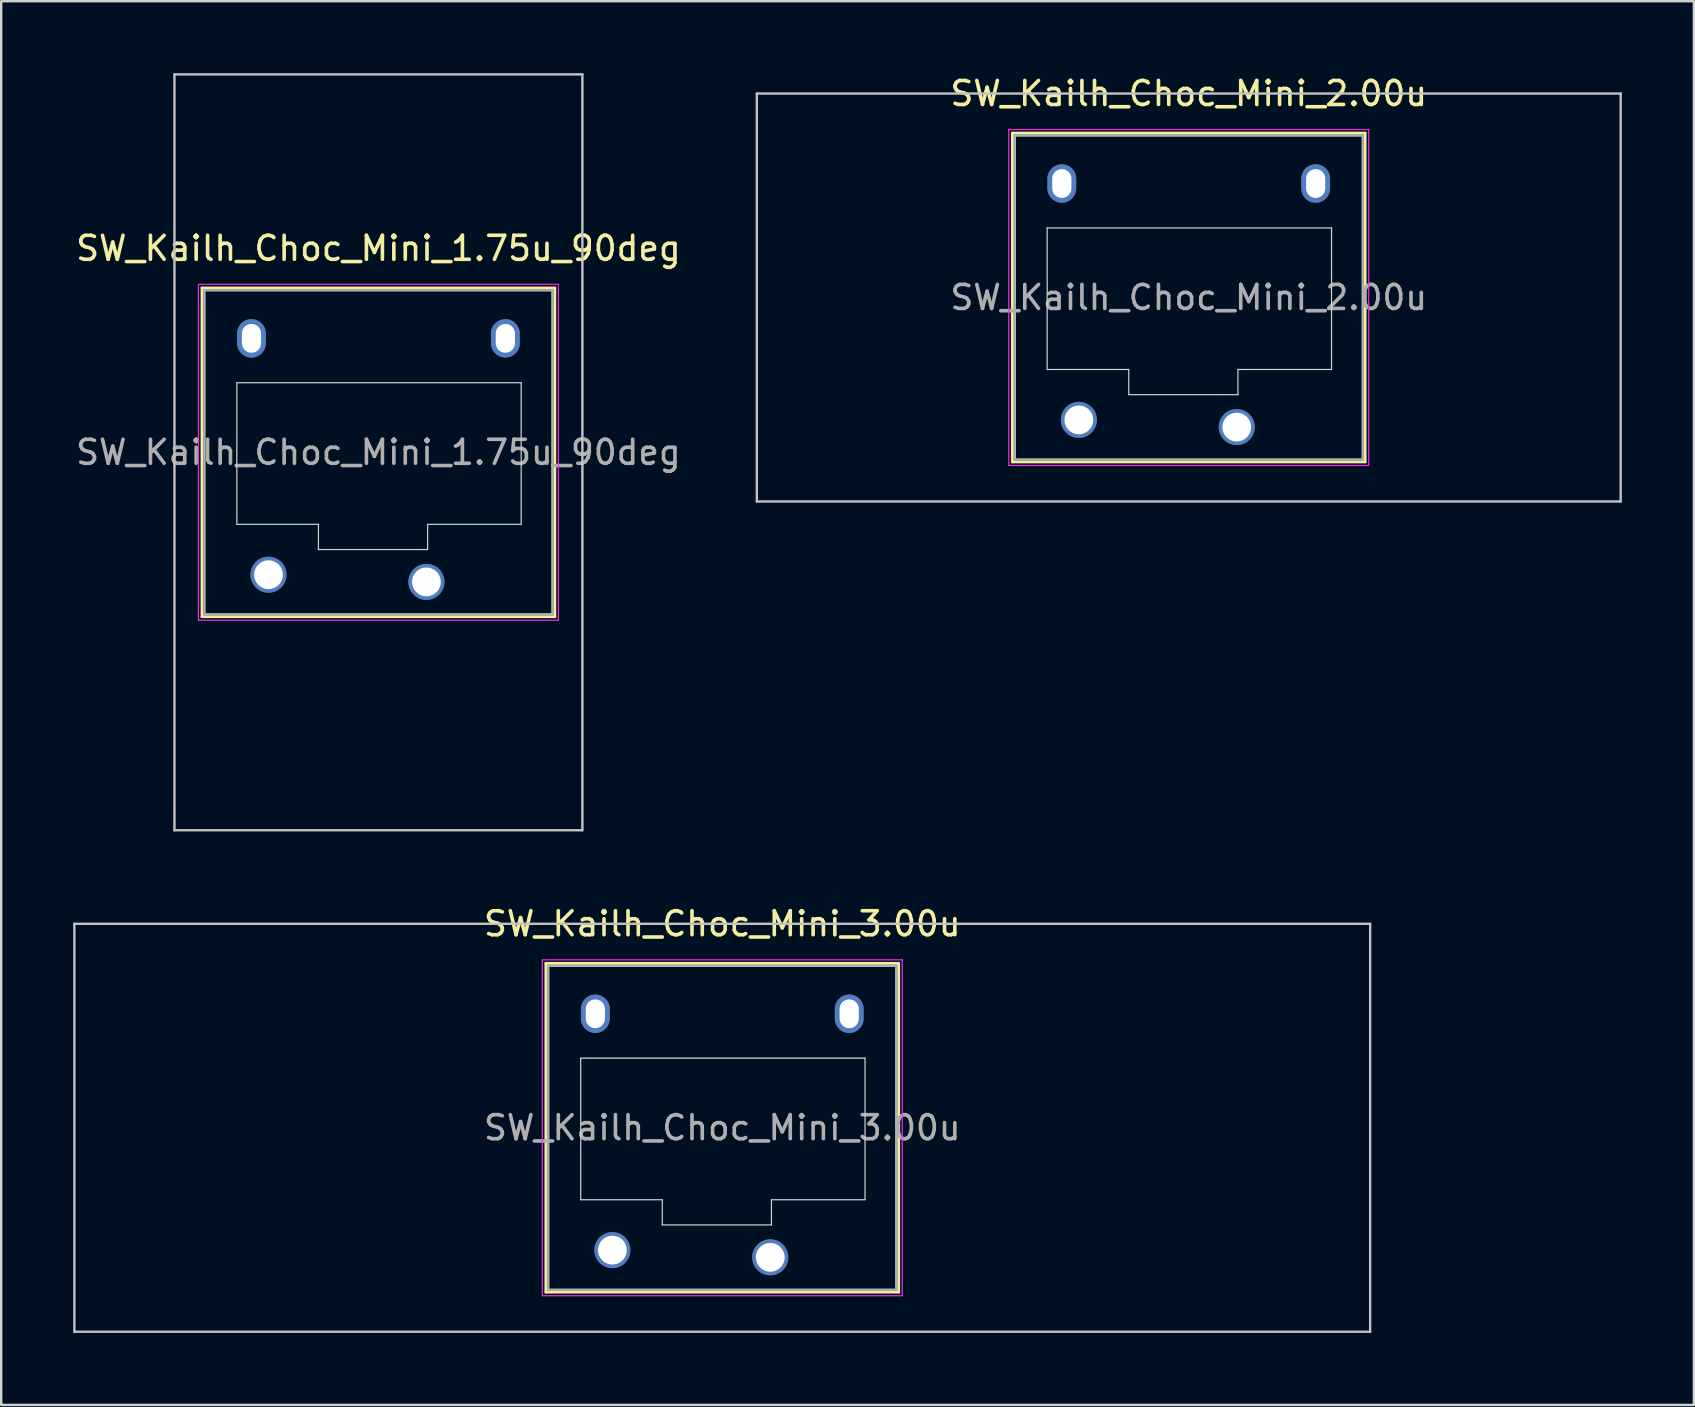
<source format=kicad_pcb>
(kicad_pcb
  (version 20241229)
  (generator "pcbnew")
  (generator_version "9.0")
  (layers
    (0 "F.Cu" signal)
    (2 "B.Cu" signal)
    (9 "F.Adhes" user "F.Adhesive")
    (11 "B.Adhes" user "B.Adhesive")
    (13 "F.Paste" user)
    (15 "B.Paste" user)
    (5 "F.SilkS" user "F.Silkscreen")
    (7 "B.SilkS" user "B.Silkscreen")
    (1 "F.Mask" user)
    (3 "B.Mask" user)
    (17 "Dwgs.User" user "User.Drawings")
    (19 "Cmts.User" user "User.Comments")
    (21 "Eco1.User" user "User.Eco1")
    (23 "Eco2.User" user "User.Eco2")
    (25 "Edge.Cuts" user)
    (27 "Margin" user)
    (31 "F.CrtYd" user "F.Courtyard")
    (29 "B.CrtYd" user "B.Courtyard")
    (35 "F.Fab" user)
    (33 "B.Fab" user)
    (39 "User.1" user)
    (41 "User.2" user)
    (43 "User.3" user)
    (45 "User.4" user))
  (footprint "SW_Kailh_Choc_Mini_3.00u"
    (layer "F.Cu")
    (at 27.05 43.948)
    (property "Reference" "SW_Kailh_Choc_Mini_3.00u" (at 0 -8.5 0) (layer "F.SilkS") (effects (font (size 1 1) (thickness 0.15))))
    (attr through_hole)
    (fp_line (start -7.35 -6.85) (end -7.35 6.85) (stroke (width 0.12) (type solid)) (layer "F.SilkS"))
    (fp_line (start -7.35 6.85) (end 7.35 6.85) (stroke (width 0.12) (type solid)) (layer "F.SilkS"))
    (fp_line (start 7.35 -6.85) (end -7.35 -6.85) (stroke (width 0.12) (type solid)) (layer "F.SilkS"))
    (fp_line (start 7.35 6.85) (end 7.35 -6.85) (stroke (width 0.12) (type solid)) (layer "F.SilkS"))
    (fp_line (start -27 -8.5) (end -27 8.5) (stroke (width 0.1) (type solid)) (layer "Dwgs.User"))
    (fp_line (start -27 8.5) (end 27 8.5) (stroke (width 0.1) (type solid)) (layer "Dwgs.User"))
    (fp_line (start 27 -8.5) (end -27 -8.5) (stroke (width 0.1) (type solid)) (layer "Dwgs.User"))
    (fp_line (start 27 8.5) (end 27 -8.5) (stroke (width 0.1) (type solid)) (layer "Dwgs.User"))
    (fp_line (start -6.85 -6.35) (end -6.85 6.35) (stroke (width 0.1) (type solid)) (layer "Eco1.User"))
    (fp_line (start -6.85 6.35) (end 6.85 6.35) (stroke (width 0.1) (type solid)) (layer "Eco1.User"))
    (fp_line (start 6.85 -6.35) (end -6.85 -6.35) (stroke (width 0.1) (type solid)) (layer "Eco1.User"))
    (fp_line (start 6.85 6.35) (end 6.85 -6.35) (stroke (width 0.1) (type solid)) (layer "Eco1.User"))
    (fp_line (start -5.9 -2.9) (end -5.9 3) (stroke (width 0.05) (type solid)) (layer "Edge.Cuts"))
    (fp_line (start -5.9 3) (end -2.5 3) (stroke (width 0.05) (type solid)) (layer "Edge.Cuts"))
    (fp_line (start -2.5 3) (end -2.5 4.05) (stroke (width 0.05) (type solid)) (layer "Edge.Cuts"))
    (fp_line (start -2.5 4.05) (end 2.05 4.05) (stroke (width 0.05) (type solid)) (layer "Edge.Cuts"))
    (fp_line (start 2.05 3) (end 5.95 3) (stroke (width 0.05) (type solid)) (layer "Edge.Cuts"))
    (fp_line (start 2.05 4.05) (end 2.05 3) (stroke (width 0.05) (type solid)) (layer "Edge.Cuts"))
    (fp_line (start 5.95 -2.9) (end -5.9 -2.9) (stroke (width 0.05) (type solid)) (layer "Edge.Cuts"))
    (fp_line (start 5.95 3) (end 5.95 -2.9) (stroke (width 0.05) (type solid)) (layer "Edge.Cuts"))
    (fp_line (start -7.5 -7) (end -7.5 7) (stroke (width 0.05) (type solid)) (layer "F.CrtYd"))
    (fp_line (start -7.5 7) (end 7.5 7) (stroke (width 0.05) (type solid)) (layer "F.CrtYd"))
    (fp_line (start 7.5 -7) (end -7.5 -7) (stroke (width 0.05) (type solid)) (layer "F.CrtYd"))
    (fp_line (start 7.5 7) (end 7.5 -7) (stroke (width 0.05) (type solid)) (layer "F.CrtYd"))
    (fp_line (start -7.25 -6.75) (end -7.25 6.75) (stroke (width 0.1) (type solid)) (layer "F.Fab"))
    (fp_line (start -7.25 6.75) (end 7.25 6.75) (stroke (width 0.1) (type solid)) (layer "F.Fab"))
    (fp_line (start 7.25 -6.75) (end -7.25 -6.75) (stroke (width 0.1) (type solid)) (layer "F.Fab"))
    (fp_line (start 7.25 6.75) (end 7.25 -6.75) (stroke (width 0.1) (type solid)) (layer "F.Fab"))
    (fp_text user "${REFERENCE}" (at 0 0 0) (layer "F.Fab") (effects (font (size 1 1) (thickness 0.15))))
    (pad "" np_thru_hole oval (at -5.29 -4.75) (size 1.2 1.6) (drill oval 0.8 1.2) (layers "*.Cu" "*.Mask"))
    (pad "" np_thru_hole oval (at 5.29 -4.75) (size 1.2 1.6) (drill oval 0.8 1.2) (layers "*.Cu" "*.Mask"))
    (pad "1" thru_hole circle (at 2 5.4) (size 1.5 1.5) (drill 1.2) (layers "*.Cu" "*.Mask"))
    (pad "2" thru_hole circle (at -4.58 5.1) (size 1.5 1.5) (drill 1.2) (layers "*.Cu" "*.Mask")))
  (footprint "SW_Kailh_Choc_Mini_2.00u"
    (layer "F.Cu")
    (at 46.49 9.348)
    (property "Reference" "SW_Kailh_Choc_Mini_2.00u" (at 0 -8.5 0) (layer "F.SilkS") (effects (font (size 1 1) (thickness 0.15))))
    (attr through_hole)
    (fp_line (start -7.35 -6.85) (end -7.35 6.85) (stroke (width 0.12) (type solid)) (layer "F.SilkS"))
    (fp_line (start -7.35 6.85) (end 7.35 6.85) (stroke (width 0.12) (type solid)) (layer "F.SilkS"))
    (fp_line (start 7.35 -6.85) (end -7.35 -6.85) (stroke (width 0.12) (type solid)) (layer "F.SilkS"))
    (fp_line (start 7.35 6.85) (end 7.35 -6.85) (stroke (width 0.12) (type solid)) (layer "F.SilkS"))
    (fp_line (start -18 -8.5) (end -18 8.5) (stroke (width 0.1) (type solid)) (layer "Dwgs.User"))
    (fp_line (start -18 8.5) (end 18 8.5) (stroke (width 0.1) (type solid)) (layer "Dwgs.User"))
    (fp_line (start 18 -8.5) (end -18 -8.5) (stroke (width 0.1) (type solid)) (layer "Dwgs.User"))
    (fp_line (start 18 8.5) (end 18 -8.5) (stroke (width 0.1) (type solid)) (layer "Dwgs.User"))
    (fp_line (start -6.85 -6.35) (end -6.85 6.35) (stroke (width 0.1) (type solid)) (layer "Eco1.User"))
    (fp_line (start -6.85 6.35) (end 6.85 6.35) (stroke (width 0.1) (type solid)) (layer "Eco1.User"))
    (fp_line (start 6.85 -6.35) (end -6.85 -6.35) (stroke (width 0.1) (type solid)) (layer "Eco1.User"))
    (fp_line (start 6.85 6.35) (end 6.85 -6.35) (stroke (width 0.1) (type solid)) (layer "Eco1.User"))
    (fp_line (start -5.9 -2.9) (end -5.9 3) (stroke (width 0.05) (type solid)) (layer "Edge.Cuts"))
    (fp_line (start -5.9 3) (end -2.5 3) (stroke (width 0.05) (type solid)) (layer "Edge.Cuts"))
    (fp_line (start -2.5 3) (end -2.5 4.05) (stroke (width 0.05) (type solid)) (layer "Edge.Cuts"))
    (fp_line (start -2.5 4.05) (end 2.05 4.05) (stroke (width 0.05) (type solid)) (layer "Edge.Cuts"))
    (fp_line (start 2.05 3) (end 5.95 3) (stroke (width 0.05) (type solid)) (layer "Edge.Cuts"))
    (fp_line (start 2.05 4.05) (end 2.05 3) (stroke (width 0.05) (type solid)) (layer "Edge.Cuts"))
    (fp_line (start 5.95 -2.9) (end -5.9 -2.9) (stroke (width 0.05) (type solid)) (layer "Edge.Cuts"))
    (fp_line (start 5.95 3) (end 5.95 -2.9) (stroke (width 0.05) (type solid)) (layer "Edge.Cuts"))
    (fp_line (start -7.5 -7) (end -7.5 7) (stroke (width 0.05) (type solid)) (layer "F.CrtYd"))
    (fp_line (start -7.5 7) (end 7.5 7) (stroke (width 0.05) (type solid)) (layer "F.CrtYd"))
    (fp_line (start 7.5 -7) (end -7.5 -7) (stroke (width 0.05) (type solid)) (layer "F.CrtYd"))
    (fp_line (start 7.5 7) (end 7.5 -7) (stroke (width 0.05) (type solid)) (layer "F.CrtYd"))
    (fp_line (start -7.25 -6.75) (end -7.25 6.75) (stroke (width 0.1) (type solid)) (layer "F.Fab"))
    (fp_line (start -7.25 6.75) (end 7.25 6.75) (stroke (width 0.1) (type solid)) (layer "F.Fab"))
    (fp_line (start 7.25 -6.75) (end -7.25 -6.75) (stroke (width 0.1) (type solid)) (layer "F.Fab"))
    (fp_line (start 7.25 6.75) (end 7.25 -6.75) (stroke (width 0.1) (type solid)) (layer "F.Fab"))
    (fp_text user "${REFERENCE}" (at 0 0 0) (layer "F.Fab") (effects (font (size 1 1) (thickness 0.15))))
    (pad "" np_thru_hole oval (at -5.29 -4.75) (size 1.2 1.6) (drill oval 0.8 1.2) (layers "*.Cu" "*.Mask"))
    (pad "" np_thru_hole oval (at 5.29 -4.75) (size 1.2 1.6) (drill oval 0.8 1.2) (layers "*.Cu" "*.Mask"))
    (pad "1" thru_hole circle (at 2 5.4) (size 1.5 1.5) (drill 1.2) (layers "*.Cu" "*.Mask"))
    (pad "2" thru_hole circle (at -4.58 5.1) (size 1.5 1.5) (drill 1.2) (layers "*.Cu" "*.Mask")))
  (footprint "SW_Kailh_Choc_Mini_1.75u_90deg"
    (layer "F.Cu")
    (at 12.72 15.8)
    (property "Reference" "SW_Kailh_Choc_Mini_1.75u_90deg" (at 0 -8.5 0) (layer "F.SilkS") (effects (font (size 1 1) (thickness 0.15))))
    (attr through_hole)
    (fp_line (start -7.35 -6.85) (end -7.35 6.85) (stroke (width 0.12) (type solid)) (layer "F.SilkS"))
    (fp_line (start -7.35 6.85) (end 7.35 6.85) (stroke (width 0.12) (type solid)) (layer "F.SilkS"))
    (fp_line (start 7.35 -6.85) (end -7.35 -6.85) (stroke (width 0.12) (type solid)) (layer "F.SilkS"))
    (fp_line (start 7.35 6.85) (end 7.35 -6.85) (stroke (width 0.12) (type solid)) (layer "F.SilkS"))
    (fp_line (start -8.5 -15.75) (end 8.5 -15.75) (stroke (width 0.1) (type solid)) (layer "Dwgs.User"))
    (fp_line (start -8.5 15.75) (end -8.5 -15.75) (stroke (width 0.1) (type solid)) (layer "Dwgs.User"))
    (fp_line (start 8.5 -15.75) (end 8.5 15.75) (stroke (width 0.1) (type solid)) (layer "Dwgs.User"))
    (fp_line (start 8.5 15.75) (end -8.5 15.75) (stroke (width 0.1) (type solid)) (layer "Dwgs.User"))
    (fp_line (start -6.85 -6.35) (end -6.85 6.35) (stroke (width 0.1) (type solid)) (layer "Eco1.User"))
    (fp_line (start -6.85 6.35) (end 6.85 6.35) (stroke (width 0.1) (type solid)) (layer "Eco1.User"))
    (fp_line (start 6.85 -6.35) (end -6.85 -6.35) (stroke (width 0.1) (type solid)) (layer "Eco1.User"))
    (fp_line (start 6.85 6.35) (end 6.85 -6.35) (stroke (width 0.1) (type solid)) (layer "Eco1.User"))
    (fp_line (start -5.9 -2.9) (end -5.9 3) (stroke (width 0.05) (type solid)) (layer "Edge.Cuts"))
    (fp_line (start -5.9 3) (end -2.5 3) (stroke (width 0.05) (type solid)) (layer "Edge.Cuts"))
    (fp_line (start -2.5 3) (end -2.5 4.05) (stroke (width 0.05) (type solid)) (layer "Edge.Cuts"))
    (fp_line (start -2.5 4.05) (end 2.05 4.05) (stroke (width 0.05) (type solid)) (layer "Edge.Cuts"))
    (fp_line (start 2.05 3) (end 5.95 3) (stroke (width 0.05) (type solid)) (layer "Edge.Cuts"))
    (fp_line (start 2.05 4.05) (end 2.05 3) (stroke (width 0.05) (type solid)) (layer "Edge.Cuts"))
    (fp_line (start 5.95 -2.9) (end -5.9 -2.9) (stroke (width 0.05) (type solid)) (layer "Edge.Cuts"))
    (fp_line (start 5.95 3) (end 5.95 -2.9) (stroke (width 0.05) (type solid)) (layer "Edge.Cuts"))
    (fp_line (start -7.5 -7) (end -7.5 7) (stroke (width 0.05) (type solid)) (layer "F.CrtYd"))
    (fp_line (start -7.5 7) (end 7.5 7) (stroke (width 0.05) (type solid)) (layer "F.CrtYd"))
    (fp_line (start 7.5 -7) (end -7.5 -7) (stroke (width 0.05) (type solid)) (layer "F.CrtYd"))
    (fp_line (start 7.5 7) (end 7.5 -7) (stroke (width 0.05) (type solid)) (layer "F.CrtYd"))
    (fp_line (start -7.25 -6.75) (end -7.25 6.75) (stroke (width 0.1) (type solid)) (layer "F.Fab"))
    (fp_line (start -7.25 6.75) (end 7.25 6.75) (stroke (width 0.1) (type solid)) (layer "F.Fab"))
    (fp_line (start 7.25 -6.75) (end -7.25 -6.75) (stroke (width 0.1) (type solid)) (layer "F.Fab"))
    (fp_line (start 7.25 6.75) (end 7.25 -6.75) (stroke (width 0.1) (type solid)) (layer "F.Fab"))
    (fp_text user "${REFERENCE}" (at 0 0 0) (layer "F.Fab") (effects (font (size 1 1) (thickness 0.15))))
    (pad "" np_thru_hole oval (at -5.29 -4.75) (size 1.2 1.6) (drill oval 0.8 1.2) (layers "*.Cu" "*.Mask"))
    (pad "" np_thru_hole oval (at 5.29 -4.75) (size 1.2 1.6) (drill oval 0.8 1.2) (layers "*.Cu" "*.Mask"))
    (pad "1" thru_hole circle (at 2 5.4) (size 1.5 1.5) (drill 1.2) (layers "*.Cu" "*.Mask"))
    (pad "2" thru_hole circle (at -4.58 5.1) (size 1.5 1.5) (drill 1.2) (layers "*.Cu" "*.Mask")))
  (gr_rect
    (start -3 -3)
    (end 67.54 55.498)
    (stroke (width 0.1) (type default))
    (fill no)
    (layer "Edge.Cuts")))
</source>
